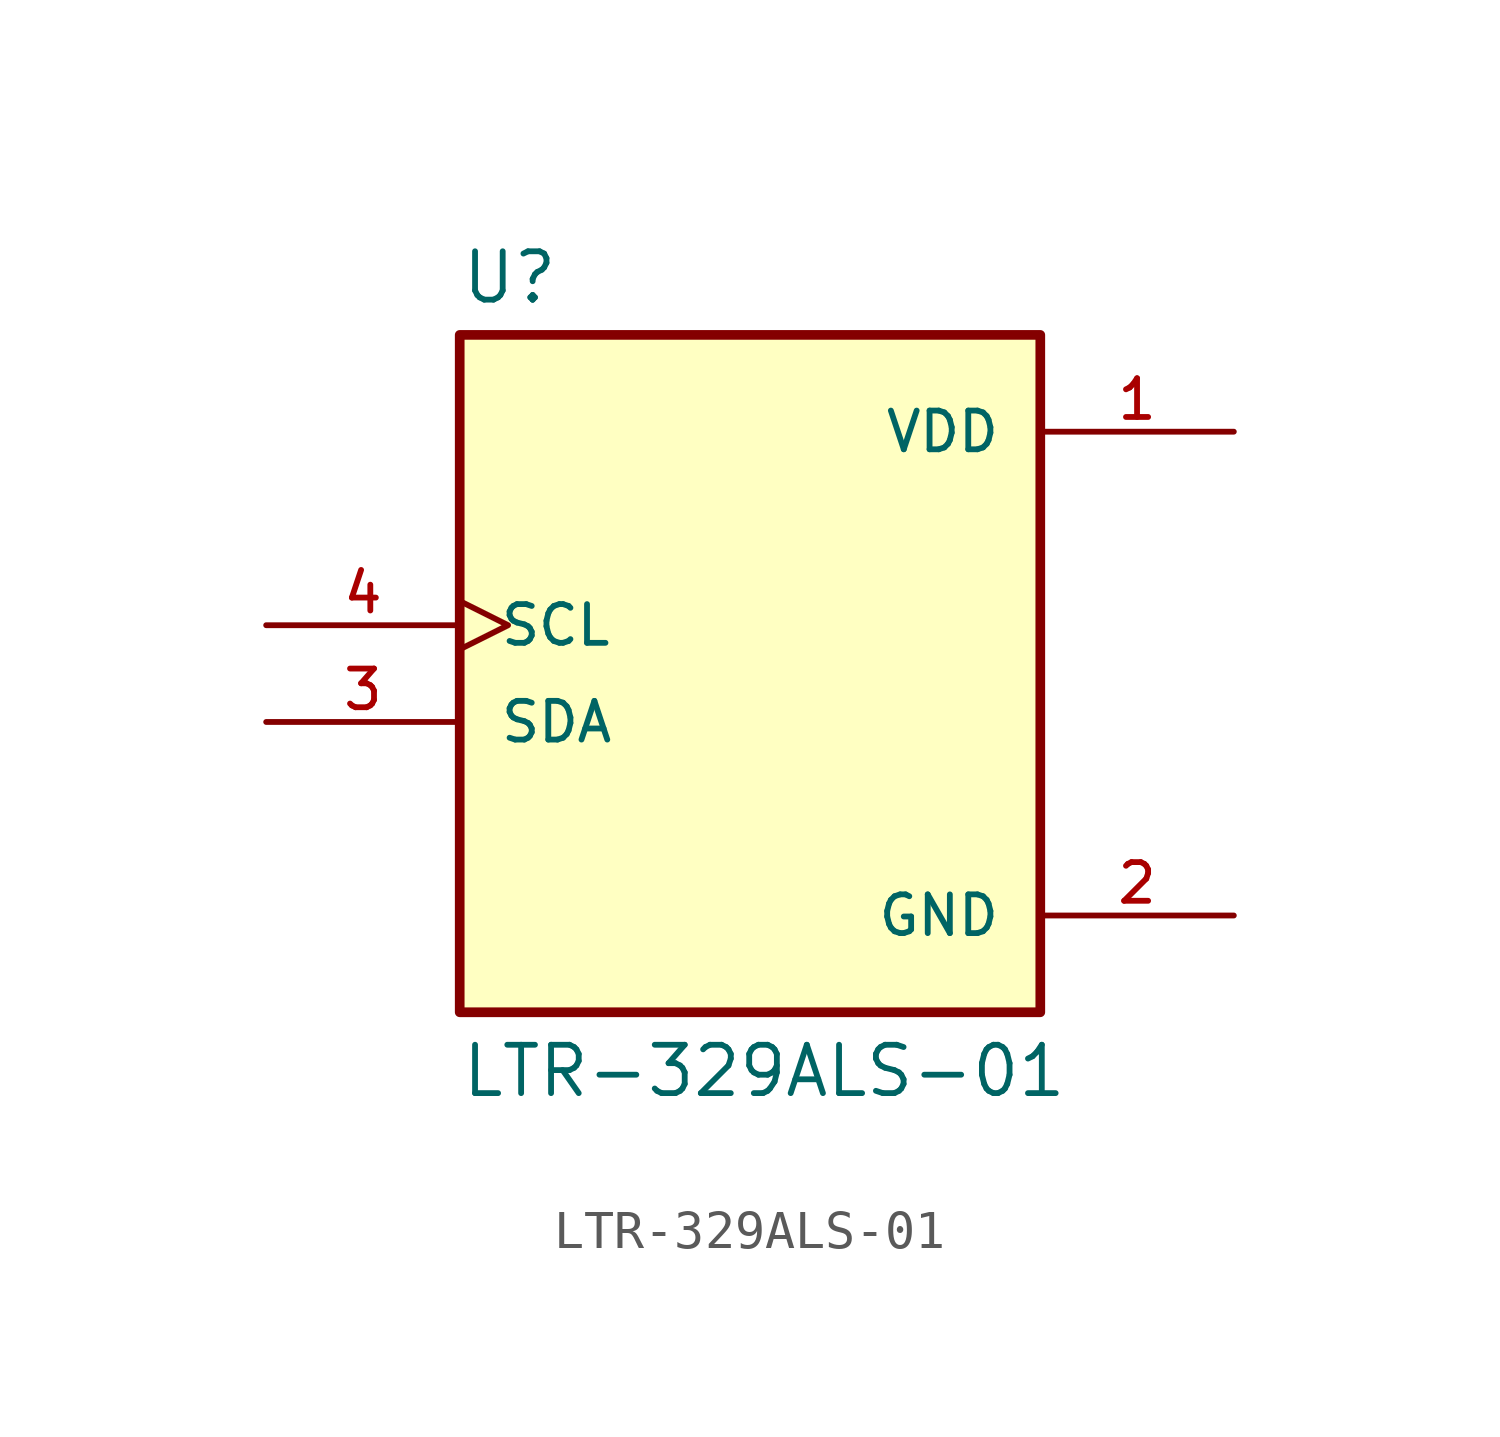
<source format=kicad_sym>
(kicad_symbol_lib
  (version 20211014)
  (generator kicad_symbol_editor)
  (symbol "LTR-329ALS-01"
    (pin_names
      (offset 1.016))
    (property "Reference" "U"
      (at -7.62 8.382 0)
      (effects (font (size 1.27 1.27)) (justify bottom left)))
    (property "Value" "LTR-329ALS-01"
      (at -7.62 -12.446 0)
      (effects (font (size 1.27 1.27)) (justify bottom left)))
    (symbol "LTR-329ALS-01_0_0"
      (rectangle (start -7.62 -10.16) (end 7.62 7.62) (stroke (width 0.254)) (fill (type background)))
      (pin power_in line (at 12.7 5.08 180.0) (length 5.08) (name "VDD" (effects (font (size 1.016 1.016)))) (number "1" (effects (font (size 1.016 1.016)))))
      (pin power_in line (at 12.7 -7.62 180.0) (length 5.08) (name "GND" (effects (font (size 1.016 1.016)))) (number "2" (effects (font (size 1.016 1.016)))))
      (pin bidirectional line (at -12.7 -2.54 0) (length 5.08) (name "SDA" (effects (font (size 1.016 1.016)))) (number "3" (effects (font (size 1.016 1.016)))))
      (pin input clock (at -12.7 0.0 0) (length 5.08) (name "SCL" (effects (font (size 1.016 1.016)))) (number "4" (effects (font (size 1.016 1.016))))))))
</source>
